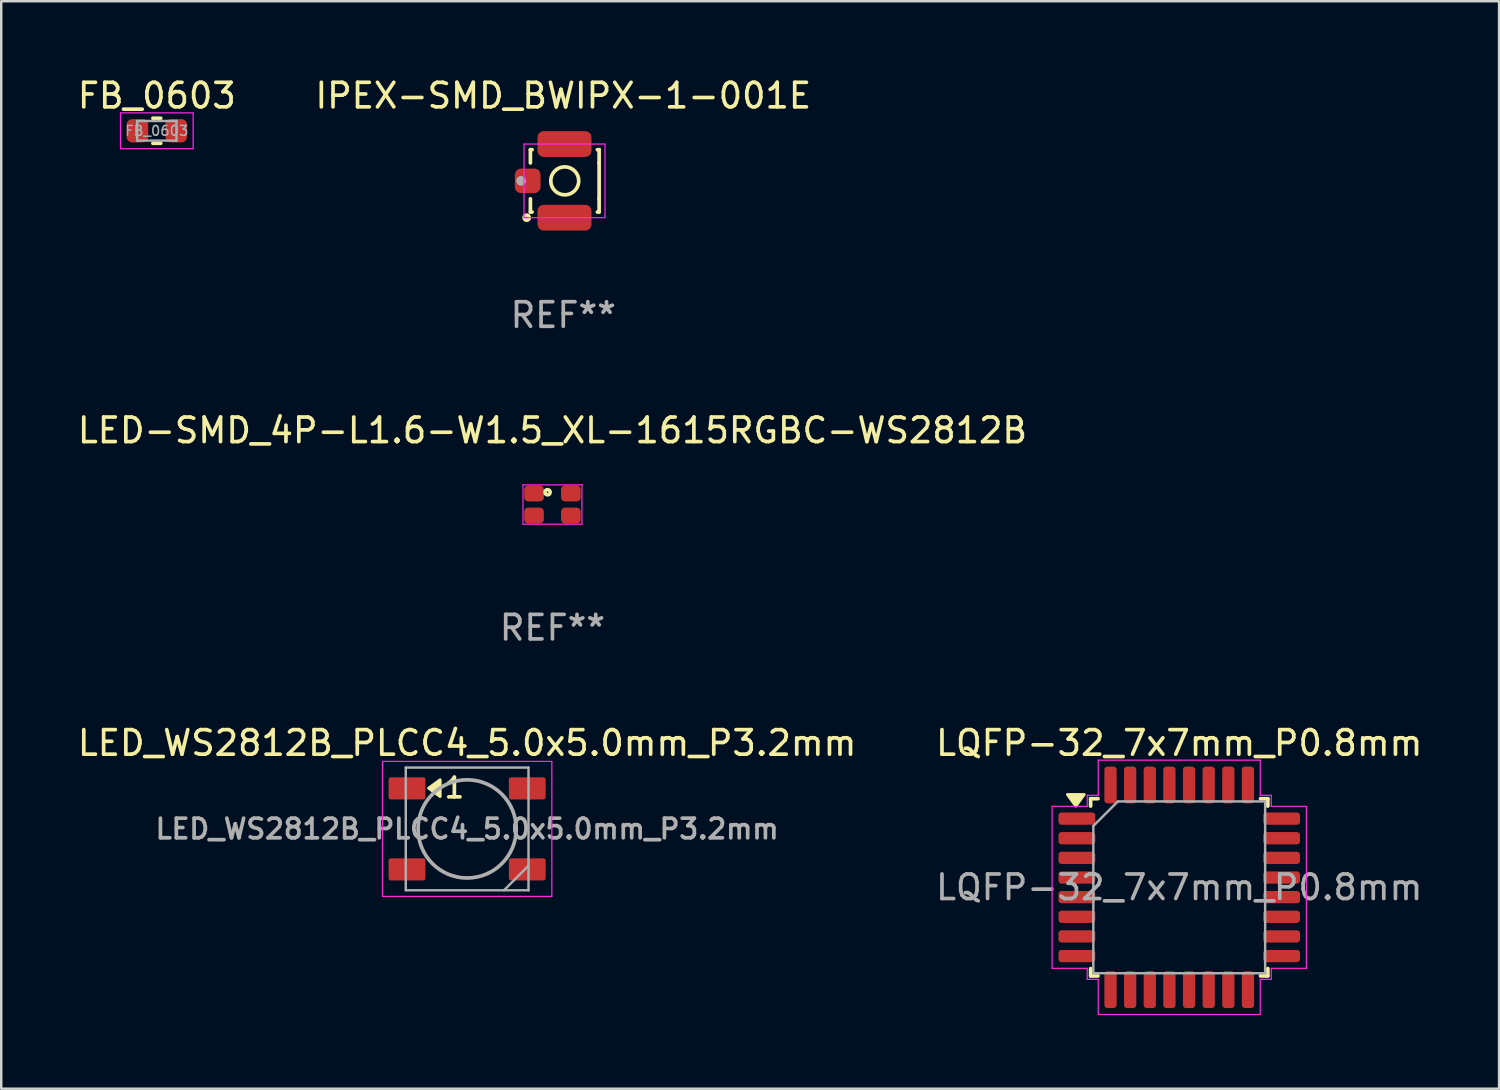
<source format=kicad_pcb>
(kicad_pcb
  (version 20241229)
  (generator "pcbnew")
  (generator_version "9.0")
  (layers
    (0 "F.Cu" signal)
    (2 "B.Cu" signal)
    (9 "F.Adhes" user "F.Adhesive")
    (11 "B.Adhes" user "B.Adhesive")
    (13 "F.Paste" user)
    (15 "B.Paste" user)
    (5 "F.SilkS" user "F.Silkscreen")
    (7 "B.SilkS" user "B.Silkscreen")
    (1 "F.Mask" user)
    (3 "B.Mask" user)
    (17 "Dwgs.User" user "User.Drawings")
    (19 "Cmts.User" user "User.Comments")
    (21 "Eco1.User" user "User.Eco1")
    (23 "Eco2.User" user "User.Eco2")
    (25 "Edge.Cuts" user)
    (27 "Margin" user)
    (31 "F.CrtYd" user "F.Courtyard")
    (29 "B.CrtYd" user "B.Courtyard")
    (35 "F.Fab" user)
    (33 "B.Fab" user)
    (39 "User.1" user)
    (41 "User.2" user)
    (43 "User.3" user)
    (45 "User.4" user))
  (footprint "IPEX-SMD_BWIPX-1-001E"
    (layer "F.Cu")
    (at 19.199 4.318)
    (property "Reference" "IPEX-SMD_BWIPX-1-001E" (at 0.7 -3.47 0) (layer "F.SilkS") (effects (font (size 1 1) (thickness 0.15))))
    (attr smd)
    (fp_line (start -0.64 -1.27) (end -0.64 -0.73) (stroke (width 0.15) (type solid)) (layer "F.SilkS"))
    (fp_line (start -0.64 0.73) (end -0.64 1.27) (stroke (width 0.15) (type solid)) (layer "F.SilkS"))
    (fp_line (start -0.64 1.27) (end -0.57 1.27) (stroke (width 0.15) (type solid)) (layer "F.SilkS"))
    (fp_line (start -0.57 -1.27) (end -0.64 -1.27) (stroke (width 0.15) (type solid)) (layer "F.SilkS"))
    (fp_line (start 2.09 1.27) (end 2.16 1.27) (stroke (width 0.15) (type solid)) (layer "F.SilkS"))
    (fp_line (start 2.16 -1.27) (end 2.09 -1.27) (stroke (width 0.15) (type solid)) (layer "F.SilkS"))
    (fp_line (start 2.16 -0.73) (end 2.16 -1.27) (stroke (width 0.15) (type solid)) (layer "F.SilkS"))
    (fp_line (start 2.16 -0.73) (end 2.16 0.73) (stroke (width 0.15) (type solid)) (layer "F.SilkS"))
    (fp_line (start 2.16 1.27) (end 2.16 0.73) (stroke (width 0.15) (type solid)) (layer "F.SilkS"))
    (fp_circle (center -0.79 1.5) (end -0.76 1.5) (stroke (width 0.15) (type solid)) (fill no) (layer "F.SilkS"))
    (fp_circle (center 0.76 0) (end 1.33 0) (stroke (width 0.15) (type solid)) (fill no) (layer "F.SilkS"))
    (fp_line (start -0.9 -1.5) (end 2.4 -1.5) (stroke (width 0.05) (type default)) (layer "F.CrtYd"))
    (fp_line (start -0.9 1.5) (end -0.9 -1.5) (stroke (width 0.05) (type default)) (layer "F.CrtYd"))
    (fp_line (start 2.4 -1.5) (end 2.4 1.5) (stroke (width 0.05) (type default)) (layer "F.CrtYd"))
    (fp_line (start 2.4 1.5) (end -0.9 1.5) (stroke (width 0.05) (type default)) (layer "F.CrtYd"))
    (fp_circle (center -1.02 0) (end -0.92 0) (stroke (width 0.2) (type solid)) (fill no) (layer "F.Fab"))
    (fp_text user "REF**" (at 0.7 5.47 0) (layer "F.Fab") (effects (font (size 1 1) (thickness 0.15))))
    (pad "1" smd roundrect (at -0.75 0 180) (size 1.05 1) (layers "F.Cu" "F.Mask" "F.Paste") (roundrect_rratio 0.25))
    (pad "2" smd roundrect (at 0.75 1.5 180) (size 2.2 1.05) (layers "F.Cu" "F.Mask" "F.Paste") (roundrect_rratio 0.238))
    (pad "3" smd roundrect (at 0.75 -1.5 180) (size 2.2 1.05) (layers "F.Cu" "F.Mask" "F.Paste") (roundrect_rratio 0.238)))
  (footprint "LQFP-32_7x7mm_P0.8mm"
    (layer "F.Cu")
    (at 44.994 33.101)
    (property "Reference" "LQFP-32_7x7mm_P0.8mm" (at 0 -5.88 0) (layer "F.SilkS") (effects (font (size 1 1) (thickness 0.15))))
    (attr smd)
    (fp_line (start -3.61 -3.61) (end -3.61 -3.31) (stroke (width 0.15) (type solid)) (layer "F.SilkS"))
    (fp_line (start -3.61 3.61) (end -3.61 3.31) (stroke (width 0.15) (type solid)) (layer "F.SilkS"))
    (fp_line (start -3.31 -3.61) (end -3.61 -3.61) (stroke (width 0.15) (type solid)) (layer "F.SilkS"))
    (fp_line (start -3.31 3.61) (end -3.61 3.61) (stroke (width 0.15) (type solid)) (layer "F.SilkS"))
    (fp_line (start 3.31 -3.61) (end 3.61 -3.61) (stroke (width 0.15) (type solid)) (layer "F.SilkS"))
    (fp_line (start 3.31 3.61) (end 3.61 3.61) (stroke (width 0.15) (type solid)) (layer "F.SilkS"))
    (fp_line (start 3.61 -3.61) (end 3.61 -3.31) (stroke (width 0.15) (type solid)) (layer "F.SilkS"))
    (fp_line (start 3.61 3.61) (end 3.61 3.31) (stroke (width 0.15) (type solid)) (layer "F.SilkS"))
    (fp_poly (pts (xy -4.213 -3.31) (xy -4.553 -3.78) (xy -3.873 -3.78) (xy -4.213 -3.31)) (stroke (width 0.12) (type solid)) (fill yes) (layer "F.SilkS"))
    (fp_line (start -5.18 -3.3) (end -5.18 0) (stroke (width 0.05) (type solid)) (layer "F.CrtYd"))
    (fp_line (start -5.18 3.3) (end -5.18 0) (stroke (width 0.05) (type solid)) (layer "F.CrtYd"))
    (fp_line (start -3.75 -3.75) (end -3.75 -3.3) (stroke (width 0.05) (type solid)) (layer "F.CrtYd"))
    (fp_line (start -3.75 -3.3) (end -5.18 -3.3) (stroke (width 0.05) (type solid)) (layer "F.CrtYd"))
    (fp_line (start -3.75 3.3) (end -5.18 3.3) (stroke (width 0.05) (type solid)) (layer "F.CrtYd"))
    (fp_line (start -3.75 3.75) (end -3.75 3.3) (stroke (width 0.05) (type solid)) (layer "F.CrtYd"))
    (fp_line (start -3.3 -5.18) (end -3.3 -3.75) (stroke (width 0.05) (type solid)) (layer "F.CrtYd"))
    (fp_line (start -3.3 -3.75) (end -3.75 -3.75) (stroke (width 0.05) (type solid)) (layer "F.CrtYd"))
    (fp_line (start -3.3 3.75) (end -3.75 3.75) (stroke (width 0.05) (type solid)) (layer "F.CrtYd"))
    (fp_line (start -3.3 5.18) (end -3.3 3.75) (stroke (width 0.05) (type solid)) (layer "F.CrtYd"))
    (fp_line (start 0 -5.18) (end -3.3 -5.18) (stroke (width 0.05) (type solid)) (layer "F.CrtYd"))
    (fp_line (start 0 -5.18) (end 3.3 -5.18) (stroke (width 0.05) (type solid)) (layer "F.CrtYd"))
    (fp_line (start 0 5.18) (end -3.3 5.18) (stroke (width 0.05) (type solid)) (layer "F.CrtYd"))
    (fp_line (start 0 5.18) (end 3.3 5.18) (stroke (width 0.05) (type solid)) (layer "F.CrtYd"))
    (fp_line (start 3.3 -5.18) (end 3.3 -3.75) (stroke (width 0.05) (type solid)) (layer "F.CrtYd"))
    (fp_line (start 3.3 -3.75) (end 3.75 -3.75) (stroke (width 0.05) (type solid)) (layer "F.CrtYd"))
    (fp_line (start 3.3 3.75) (end 3.75 3.75) (stroke (width 0.05) (type solid)) (layer "F.CrtYd"))
    (fp_line (start 3.3 5.18) (end 3.3 3.75) (stroke (width 0.05) (type solid)) (layer "F.CrtYd"))
    (fp_line (start 3.75 -3.75) (end 3.75 -3.3) (stroke (width 0.05) (type solid)) (layer "F.CrtYd"))
    (fp_line (start 3.75 -3.3) (end 5.18 -3.3) (stroke (width 0.05) (type solid)) (layer "F.CrtYd"))
    (fp_line (start 3.75 3.3) (end 5.18 3.3) (stroke (width 0.05) (type solid)) (layer "F.CrtYd"))
    (fp_line (start 3.75 3.75) (end 3.75 3.3) (stroke (width 0.05) (type solid)) (layer "F.CrtYd"))
    (fp_line (start 5.18 -3.3) (end 5.18 0) (stroke (width 0.05) (type solid)) (layer "F.CrtYd"))
    (fp_line (start 5.18 3.3) (end 5.18 0) (stroke (width 0.05) (type solid)) (layer "F.CrtYd"))
    (fp_line (start -3.5 -2.5) (end -2.5 -3.5) (stroke (width 0.1) (type solid)) (layer "F.Fab"))
    (fp_line (start -3.5 3.5) (end -3.5 -2.5) (stroke (width 0.1) (type solid)) (layer "F.Fab"))
    (fp_line (start -2.5 -3.5) (end 3.5 -3.5) (stroke (width 0.1) (type solid)) (layer "F.Fab"))
    (fp_line (start 3.5 -3.5) (end 3.5 3.5) (stroke (width 0.1) (type solid)) (layer "F.Fab"))
    (fp_line (start 3.5 3.5) (end -3.5 3.5) (stroke (width 0.1) (type solid)) (layer "F.Fab"))
    (fp_text user "${REFERENCE}" (at 0 0 0) (layer "F.Fab") (effects (font (size 1 1) (thickness 0.15))))
    (pad "1" smd roundrect (at -4.17 -2.8) (size 1.5 0.5) (layers "F.Cu" "F.Mask" "F.Paste") (roundrect_rratio 0.25))
    (pad "2" smd roundrect (at -4.17 -2) (size 1.5 0.5) (layers "F.Cu" "F.Mask" "F.Paste") (roundrect_rratio 0.25))
    (pad "3" smd roundrect (at -4.17 -1.2) (size 1.5 0.5) (layers "F.Cu" "F.Mask" "F.Paste") (roundrect_rratio 0.25))
    (pad "4" smd roundrect (at -4.17 -0.4) (size 1.5 0.5) (layers "F.Cu" "F.Mask" "F.Paste") (roundrect_rratio 0.25))
    (pad "5" smd roundrect (at -4.17 0.4) (size 1.5 0.5) (layers "F.Cu" "F.Mask" "F.Paste") (roundrect_rratio 0.25))
    (pad "6" smd roundrect (at -4.17 1.2) (size 1.5 0.5) (layers "F.Cu" "F.Mask" "F.Paste") (roundrect_rratio 0.25))
    (pad "7" smd roundrect (at -4.17 2) (size 1.5 0.5) (layers "F.Cu" "F.Mask" "F.Paste") (roundrect_rratio 0.25))
    (pad "8" smd roundrect (at -4.17 2.8) (size 1.5 0.5) (layers "F.Cu" "F.Mask" "F.Paste") (roundrect_rratio 0.25))
    (pad "9" smd roundrect (at -2.8 4.17) (size 0.5 1.5) (layers "F.Cu" "F.Mask" "F.Paste") (roundrect_rratio 0.25))
    (pad "10" smd roundrect (at -2 4.17) (size 0.5 1.5) (layers "F.Cu" "F.Mask" "F.Paste") (roundrect_rratio 0.25))
    (pad "11" smd roundrect (at -1.2 4.17) (size 0.5 1.5) (layers "F.Cu" "F.Mask" "F.Paste") (roundrect_rratio 0.25))
    (pad "12" smd roundrect (at -0.4 4.17) (size 0.5 1.5) (layers "F.Cu" "F.Mask" "F.Paste") (roundrect_rratio 0.25))
    (pad "13" smd roundrect (at 0.4 4.17) (size 0.5 1.5) (layers "F.Cu" "F.Mask" "F.Paste") (roundrect_rratio 0.25))
    (pad "14" smd roundrect (at 1.2 4.17) (size 0.5 1.5) (layers "F.Cu" "F.Mask" "F.Paste") (roundrect_rratio 0.25))
    (pad "15" smd roundrect (at 2 4.17) (size 0.5 1.5) (layers "F.Cu" "F.Mask" "F.Paste") (roundrect_rratio 0.25))
    (pad "16" smd roundrect (at 2.8 4.17) (size 0.5 1.5) (layers "F.Cu" "F.Mask" "F.Paste") (roundrect_rratio 0.25))
    (pad "17" smd roundrect (at 4.17 2.8) (size 1.5 0.5) (layers "F.Cu" "F.Mask" "F.Paste") (roundrect_rratio 0.25))
    (pad "18" smd roundrect (at 4.17 2) (size 1.5 0.5) (layers "F.Cu" "F.Mask" "F.Paste") (roundrect_rratio 0.25))
    (pad "19" smd roundrect (at 4.17 1.2) (size 1.5 0.5) (layers "F.Cu" "F.Mask" "F.Paste") (roundrect_rratio 0.25))
    (pad "20" smd roundrect (at 4.17 0.4) (size 1.5 0.5) (layers "F.Cu" "F.Mask" "F.Paste") (roundrect_rratio 0.25))
    (pad "21" smd roundrect (at 4.17 -0.4) (size 1.5 0.5) (layers "F.Cu" "F.Mask" "F.Paste") (roundrect_rratio 0.25))
    (pad "22" smd roundrect (at 4.17 -1.2) (size 1.5 0.5) (layers "F.Cu" "F.Mask" "F.Paste") (roundrect_rratio 0.25))
    (pad "23" smd roundrect (at 4.17 -2) (size 1.5 0.5) (layers "F.Cu" "F.Mask" "F.Paste") (roundrect_rratio 0.25))
    (pad "24" smd roundrect (at 4.17 -2.8) (size 1.5 0.5) (layers "F.Cu" "F.Mask" "F.Paste") (roundrect_rratio 0.25))
    (pad "25" smd roundrect (at 2.8 -4.17) (size 0.5 1.5) (layers "F.Cu" "F.Mask" "F.Paste") (roundrect_rratio 0.25))
    (pad "26" smd roundrect (at 2 -4.17) (size 0.5 1.5) (layers "F.Cu" "F.Mask" "F.Paste") (roundrect_rratio 0.25))
    (pad "27" smd roundrect (at 1.2 -4.17) (size 0.5 1.5) (layers "F.Cu" "F.Mask" "F.Paste") (roundrect_rratio 0.25))
    (pad "28" smd roundrect (at 0.4 -4.17) (size 0.5 1.5) (layers "F.Cu" "F.Mask" "F.Paste") (roundrect_rratio 0.25))
    (pad "29" smd roundrect (at -0.4 -4.17) (size 0.5 1.5) (layers "F.Cu" "F.Mask" "F.Paste") (roundrect_rratio 0.25))
    (pad "30" smd roundrect (at -1.2 -4.17) (size 0.5 1.5) (layers "F.Cu" "F.Mask" "F.Paste") (roundrect_rratio 0.25))
    (pad "31" smd roundrect (at -2 -4.17) (size 0.5 1.5) (layers "F.Cu" "F.Mask" "F.Paste") (roundrect_rratio 0.25))
    (pad "32" smd roundrect (at -2.8 -4.17) (size 0.5 1.5) (layers "F.Cu" "F.Mask" "F.Paste") (roundrect_rratio 0.25)))
  (footprint "FB_0603"
    (layer "F.Cu")
    (at 3.339 2.278)
    (property "Reference" "FB_0603" (at 0 -1.43 0) (layer "F.SilkS") (effects (font (size 1 1) (thickness 0.15))))
    (attr smd)
    (fp_line (start -0.16 -0.51) (end 0.16 -0.51) (stroke (width 0.15) (type solid)) (layer "F.SilkS"))
    (fp_line (start -0.16 0.51) (end 0.16 0.51) (stroke (width 0.15) (type solid)) (layer "F.SilkS"))
    (fp_line (start -1.48 -0.73) (end 1.48 -0.73) (stroke (width 0.05) (type solid)) (layer "F.CrtYd"))
    (fp_line (start -1.48 0.73) (end -1.48 -0.73) (stroke (width 0.05) (type solid)) (layer "F.CrtYd"))
    (fp_line (start 1.48 -0.73) (end 1.48 0.73) (stroke (width 0.05) (type solid)) (layer "F.CrtYd"))
    (fp_line (start 1.48 0.73) (end -1.48 0.73) (stroke (width 0.05) (type solid)) (layer "F.CrtYd"))
    (fp_line (start -0.8 -0.4) (end 0.8 -0.4) (stroke (width 0.1) (type solid)) (layer "F.Fab"))
    (fp_line (start -0.8 0.4) (end -0.8 -0.4) (stroke (width 0.1) (type solid)) (layer "F.Fab"))
    (fp_line (start 0.8 -0.4) (end 0.8 0.4) (stroke (width 0.1) (type solid)) (layer "F.Fab"))
    (fp_line (start 0.8 0.4) (end -0.8 0.4) (stroke (width 0.1) (type solid)) (layer "F.Fab"))
    (fp_text user "${REFERENCE}" (at 0 0 0) (layer "F.Fab") (effects (font (size 0.4 0.4) (thickness 0.06))))
    (pad "1" smd roundrect (at -0.79 0) (size 0.88 0.95) (layers "F.Cu" "F.Mask" "F.Paste") (roundrect_rratio 0.25))
    (pad "2" smd roundrect (at 0.79 0) (size 0.88 0.95) (layers "F.Cu" "F.Mask" "F.Paste") (roundrect_rratio 0.25)))
  (footprint "LED-SMD_4P-L1.6-W1.5_XL-1615RGBC-WS2812B"
    (layer "F.Cu")
    (at 19.458 17.505)
    (property "Reference" "LED-SMD_4P-L1.6-W1.5_XL-1615RGBC-WS2812B" (at 0 -3.02 0) (layer "F.SilkS") (effects (font (size 1 1) (thickness 0.15))))
    (attr smd)
    (fp_circle (center -0.2 -0.5) (end -0.17 -0.5) (stroke (width 0.15) (type solid)) (fill no) (layer "F.SilkS"))
    (fp_line (start -1.2 -0.8) (end 1.2 -0.8) (stroke (width 0.05) (type default)) (layer "F.CrtYd"))
    (fp_line (start -1.2 0.8) (end -1.2 -0.8) (stroke (width 0.05) (type default)) (layer "F.CrtYd"))
    (fp_line (start 1.2 -0.8) (end 1.2 0.8) (stroke (width 0.05) (type default)) (layer "F.CrtYd"))
    (fp_line (start 1.2 0.8) (end -1.2 0.8) (stroke (width 0.05) (type default)) (layer "F.CrtYd"))
    (fp_text user "REF**" (at 0 5.02 0) (layer "F.Fab") (effects (font (size 1 1) (thickness 0.15))))
    (pad "1" smd roundrect (at -0.75 -0.45 180) (size 0.8 0.65) (layers "F.Cu" "F.Mask" "F.Paste") (roundrect_rratio 0.25))
    (pad "2" smd roundrect (at 0.75 -0.45 180) (size 0.8 0.65) (layers "F.Cu" "F.Mask" "F.Paste") (roundrect_rratio 0.25))
    (pad "3" smd roundrect (at -0.75 0.45 180) (size 0.8 0.65) (layers "F.Cu" "F.Mask" "F.Paste") (roundrect_rratio 0.25))
    (pad "4" smd roundrect (at 0.75 0.45 180) (size 0.8 0.65) (layers "F.Cu" "F.Mask" "F.Paste") (roundrect_rratio 0.25)))
  (footprint "LED_WS2812B_PLCC4_5.0x5.0mm_P3.2mm"
    (layer "F.Cu")
    (at 15.982 30.721)
    (property "Reference" "LED_WS2812B_PLCC4_5.0x5.0mm_P3.2mm" (at 0 -3.5 0) (layer "F.SilkS") (effects (font (size 1 1) (thickness 0.15))))
    (attr smd)
    (fp_poly (pts (xy -1.57 -1.66) (xy -1.1 -2) (xy -1.1 -1.32) (xy -1.57 -1.66)) (stroke (width 0.12) (type solid)) (fill yes) (layer "F.SilkS"))
    (fp_line (start -3.45 -2.75) (end -3.45 2.75) (stroke (width 0.05) (type solid)) (layer "F.CrtYd"))
    (fp_line (start -3.45 2.75) (end 3.45 2.75) (stroke (width 0.05) (type solid)) (layer "F.CrtYd"))
    (fp_line (start 3.45 -2.75) (end -3.45 -2.75) (stroke (width 0.05) (type solid)) (layer "F.CrtYd"))
    (fp_line (start 3.45 2.75) (end 3.45 -2.75) (stroke (width 0.05) (type solid)) (layer "F.CrtYd"))
    (fp_line (start -2.5 -2.5) (end -2.5 2.5) (stroke (width 0.1) (type solid)) (layer "F.Fab"))
    (fp_line (start -2.5 2.5) (end 2.5 2.5) (stroke (width 0.1) (type solid)) (layer "F.Fab"))
    (fp_line (start 2.5 -2.5) (end -2.5 -2.5) (stroke (width 0.1) (type solid)) (layer "F.Fab"))
    (fp_line (start 2.5 1.5) (end 1.5 2.5) (stroke (width 0.1) (type solid)) (layer "F.Fab"))
    (fp_line (start 2.5 2.5) (end 2.5 -2.5) (stroke (width 0.1) (type solid)) (layer "F.Fab"))
    (fp_circle (center 0 0) (end 0 -2) (stroke (width 0.15) (type solid)) (fill no) (layer "F.Fab"))
    (fp_text user "1" (at -1 -1.2 0) (unlocked yes) (layer "F.SilkS") (effects (font (size 0.8 0.8) (thickness 0.15) (bold yes)) (justify left bottom)))
    (fp_text user "${REFERENCE}" (at 0 0 0) (layer "F.Fab") (effects (font (size 0.8 0.8) (thickness 0.15))))
    (pad "1" smd roundrect (at -2.45 -1.65) (size 1.5 0.9) (layers "F.Cu" "F.Mask" "F.Paste") (roundrect_rratio 0.1))
    (pad "2" smd roundrect (at -2.45 1.65) (size 1.5 0.9) (layers "F.Cu" "F.Mask" "F.Paste") (roundrect_rratio 0.1))
    (pad "3" smd roundrect (at 2.45 1.65) (size 1.5 0.9) (layers "F.Cu" "F.Mask" "F.Paste") (roundrect_rratio 0.1))
    (pad "4" smd roundrect (at 2.45 -1.65) (size 1.5 0.9) (layers "F.Cu" "F.Mask" "F.Paste") (roundrect_rratio 0.1)))
  (gr_rect
    (start -3 -3)
    (end 58.024 41.306)
    (stroke (width 0.1) (type default))
    (fill no)
    (layer "Edge.Cuts")))
</source>
